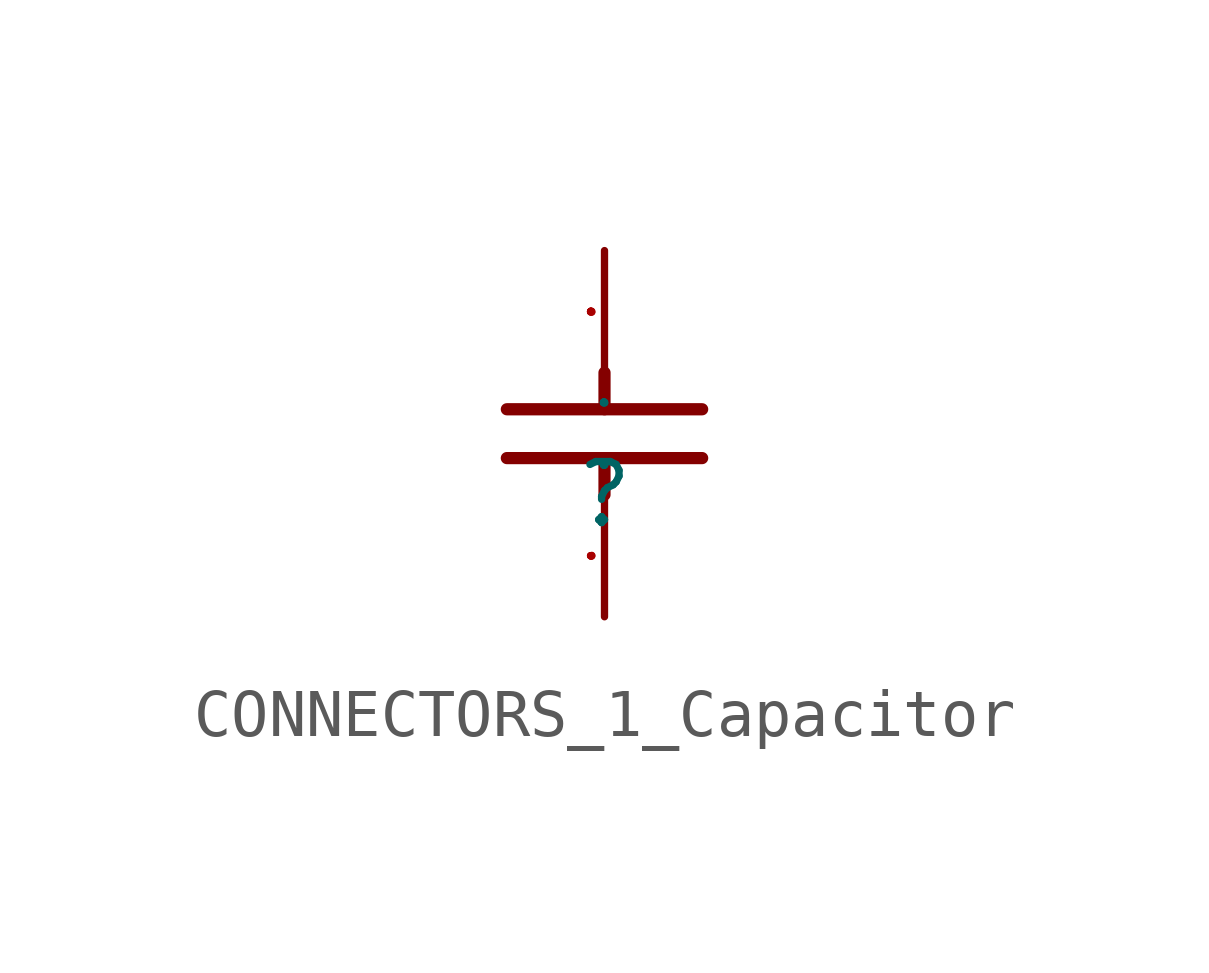
<source format=kicad_sym>
(kicad_symbol_lib
  (version 20231120)
  (generator "kicad_symbol_editor")
  (generator_version "7.99")
  (symbol "CONNECTORS_1_Capacitor"
    (property "Reference" ""
      (at 0 0 0)
      (effects (font (size 1.27 1.27))))
    (property "Value" ""
      (at 0 0 0)
      (effects (font (size 1.27 1.27))))
    (symbol "CONNECTORS_1_Capacitor_1_0"
      (polyline (pts (xy -2.032 0.762) (xy 2.032 0.762)) (stroke (width 0.254) (type solid)) (fill (type none)))
      (polyline (pts (xy 0 0) (xy 0 0.762)) (stroke (width 0.254) (type solid)) (fill (type none)))
      (polyline (pts (xy 0 1.778) (xy 0 2.54)) (stroke (width 0.254) (type solid)) (fill (type none)))
      (polyline (pts (xy 2.032 1.778) (xy -2.032 1.778)) (stroke (width 0.254) (type solid)) (fill (type none)))
      (pin passive line (at 0 -2.54 90) (length 2.54) (name "1" (effects (font (size 0.025 0.025)))) (number "1" (effects (font (size 0.025 0.025)))))
      (pin passive line (at 0 5.08 270) (length 2.54) (name "2" (effects (font (size 0.025 0.025)))) (number "2" (effects (font (size 0.025 0.025))))))))
</source>
